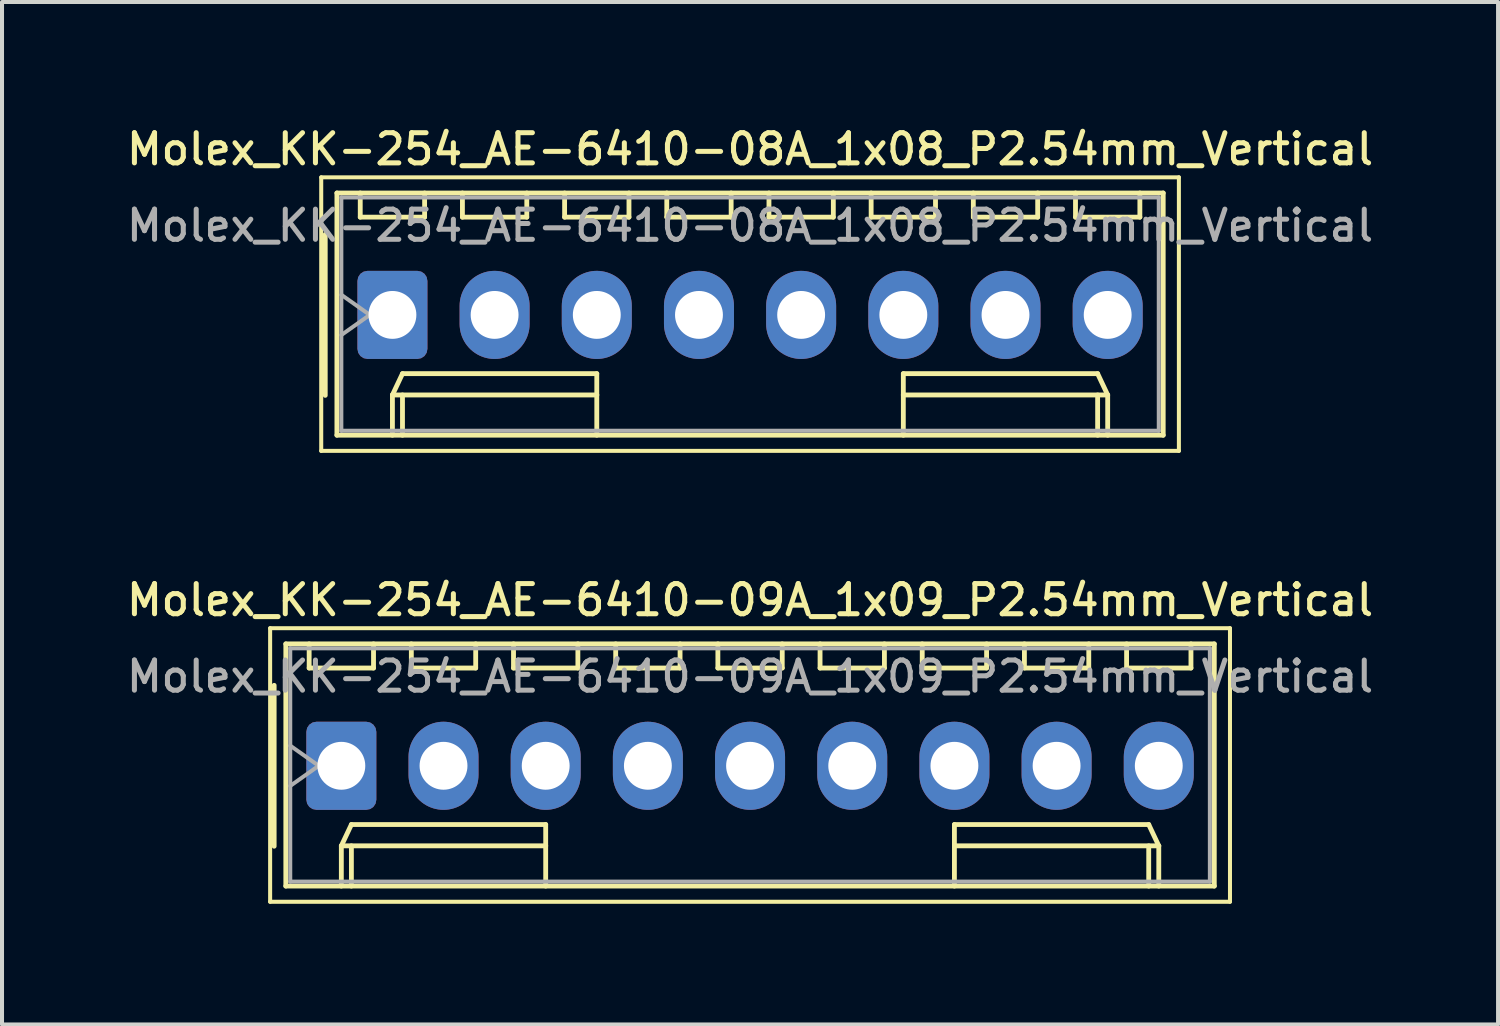
<source format=kicad_pcb>
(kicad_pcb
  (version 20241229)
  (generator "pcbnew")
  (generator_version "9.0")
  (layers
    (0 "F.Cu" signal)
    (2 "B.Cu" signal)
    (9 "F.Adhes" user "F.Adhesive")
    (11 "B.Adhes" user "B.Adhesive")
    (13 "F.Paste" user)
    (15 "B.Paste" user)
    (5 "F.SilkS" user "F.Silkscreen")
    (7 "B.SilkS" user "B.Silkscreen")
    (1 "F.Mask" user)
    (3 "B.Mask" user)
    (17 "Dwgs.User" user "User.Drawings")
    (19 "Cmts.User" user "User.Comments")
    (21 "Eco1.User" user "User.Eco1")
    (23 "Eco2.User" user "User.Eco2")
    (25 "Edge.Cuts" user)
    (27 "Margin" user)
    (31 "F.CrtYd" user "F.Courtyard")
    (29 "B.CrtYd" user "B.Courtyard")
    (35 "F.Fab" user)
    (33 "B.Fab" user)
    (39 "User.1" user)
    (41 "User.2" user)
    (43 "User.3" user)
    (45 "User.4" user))
  (footprint "Molex_KK-254_AE-6410-08A_1x08_P2.54mm_Vertical"
    (layer "F.Cu")
    (at 6.705 4.778)
    (property "Reference" "Molex_KK-254_AE-6410-08A_1x08_P2.54mm_Vertical" (at 8.89 -4.12 0) (layer "F.SilkS") (effects (font (size 0.75 0.75) (thickness 0.125))))
    (attr through_hole)
    (fp_line (start -1.77 -3.42) (end -1.77 3.38) (stroke (width 0.1) (type solid)) (layer "F.SilkS"))
    (fp_line (start -1.77 3.38) (end 19.55 3.38) (stroke (width 0.1) (type solid)) (layer "F.SilkS"))
    (fp_line (start -1.67 -2) (end -1.67 2) (stroke (width 0.12) (type solid)) (layer "F.SilkS"))
    (fp_line (start -1.38 -3.03) (end -1.38 2.99) (stroke (width 0.12) (type solid)) (layer "F.SilkS"))
    (fp_line (start -1.38 2.99) (end 19.16 2.99) (stroke (width 0.12) (type solid)) (layer "F.SilkS"))
    (fp_line (start -0.8 -3.03) (end -0.8 -2.43) (stroke (width 0.12) (type solid)) (layer "F.SilkS"))
    (fp_line (start -0.8 -2.43) (end 0.8 -2.43) (stroke (width 0.12) (type solid)) (layer "F.SilkS"))
    (fp_line (start 0 1.99) (end 0.25 1.46) (stroke (width 0.12) (type solid)) (layer "F.SilkS"))
    (fp_line (start 0 1.99) (end 5.08 1.99) (stroke (width 0.12) (type solid)) (layer "F.SilkS"))
    (fp_line (start 0 2.99) (end 0 1.99) (stroke (width 0.12) (type solid)) (layer "F.SilkS"))
    (fp_line (start 0.25 1.46) (end 5.08 1.46) (stroke (width 0.12) (type solid)) (layer "F.SilkS"))
    (fp_line (start 0.25 2.99) (end 0.25 1.99) (stroke (width 0.12) (type solid)) (layer "F.SilkS"))
    (fp_line (start 0.8 -2.43) (end 0.8 -3.03) (stroke (width 0.12) (type solid)) (layer "F.SilkS"))
    (fp_line (start 1.74 -3.03) (end 1.74 -2.43) (stroke (width 0.12) (type solid)) (layer "F.SilkS"))
    (fp_line (start 1.74 -2.43) (end 3.34 -2.43) (stroke (width 0.12) (type solid)) (layer "F.SilkS"))
    (fp_line (start 3.34 -2.43) (end 3.34 -3.03) (stroke (width 0.12) (type solid)) (layer "F.SilkS"))
    (fp_line (start 4.28 -3.03) (end 4.28 -2.43) (stroke (width 0.12) (type solid)) (layer "F.SilkS"))
    (fp_line (start 4.28 -2.43) (end 5.88 -2.43) (stroke (width 0.12) (type solid)) (layer "F.SilkS"))
    (fp_line (start 5.08 1.46) (end 5.08 1.99) (stroke (width 0.12) (type solid)) (layer "F.SilkS"))
    (fp_line (start 5.08 1.99) (end 5.08 2.99) (stroke (width 0.12) (type solid)) (layer "F.SilkS"))
    (fp_line (start 5.88 -2.43) (end 5.88 -3.03) (stroke (width 0.12) (type solid)) (layer "F.SilkS"))
    (fp_line (start 6.82 -3.03) (end 6.82 -2.43) (stroke (width 0.12) (type solid)) (layer "F.SilkS"))
    (fp_line (start 6.82 -2.43) (end 8.42 -2.43) (stroke (width 0.12) (type solid)) (layer "F.SilkS"))
    (fp_line (start 8.42 -2.43) (end 8.42 -3.03) (stroke (width 0.12) (type solid)) (layer "F.SilkS"))
    (fp_line (start 9.36 -3.03) (end 9.36 -2.43) (stroke (width 0.12) (type solid)) (layer "F.SilkS"))
    (fp_line (start 9.36 -2.43) (end 10.96 -2.43) (stroke (width 0.12) (type solid)) (layer "F.SilkS"))
    (fp_line (start 10.96 -2.43) (end 10.96 -3.03) (stroke (width 0.12) (type solid)) (layer "F.SilkS"))
    (fp_line (start 11.9 -3.03) (end 11.9 -2.43) (stroke (width 0.12) (type solid)) (layer "F.SilkS"))
    (fp_line (start 11.9 -2.43) (end 13.5 -2.43) (stroke (width 0.12) (type solid)) (layer "F.SilkS"))
    (fp_line (start 12.7 1.46) (end 12.7 1.99) (stroke (width 0.12) (type solid)) (layer "F.SilkS"))
    (fp_line (start 12.7 1.99) (end 12.7 2.99) (stroke (width 0.12) (type solid)) (layer "F.SilkS"))
    (fp_line (start 13.5 -2.43) (end 13.5 -3.03) (stroke (width 0.12) (type solid)) (layer "F.SilkS"))
    (fp_line (start 14.44 -3.03) (end 14.44 -2.43) (stroke (width 0.12) (type solid)) (layer "F.SilkS"))
    (fp_line (start 14.44 -2.43) (end 16.04 -2.43) (stroke (width 0.12) (type solid)) (layer "F.SilkS"))
    (fp_line (start 16.04 -2.43) (end 16.04 -3.03) (stroke (width 0.12) (type solid)) (layer "F.SilkS"))
    (fp_line (start 16.98 -3.03) (end 16.98 -2.43) (stroke (width 0.12) (type solid)) (layer "F.SilkS"))
    (fp_line (start 16.98 -2.43) (end 18.58 -2.43) (stroke (width 0.12) (type solid)) (layer "F.SilkS"))
    (fp_line (start 17.53 1.46) (end 12.7 1.46) (stroke (width 0.12) (type solid)) (layer "F.SilkS"))
    (fp_line (start 17.53 2.99) (end 17.53 1.99) (stroke (width 0.12) (type solid)) (layer "F.SilkS"))
    (fp_line (start 17.78 1.99) (end 12.7 1.99) (stroke (width 0.12) (type solid)) (layer "F.SilkS"))
    (fp_line (start 17.78 1.99) (end 17.53 1.46) (stroke (width 0.12) (type solid)) (layer "F.SilkS"))
    (fp_line (start 17.78 2.99) (end 17.78 1.99) (stroke (width 0.12) (type solid)) (layer "F.SilkS"))
    (fp_line (start 18.58 -2.43) (end 18.58 -3.03) (stroke (width 0.12) (type solid)) (layer "F.SilkS"))
    (fp_line (start 19.16 -3.03) (end -1.38 -3.03) (stroke (width 0.12) (type solid)) (layer "F.SilkS"))
    (fp_line (start 19.16 2.99) (end 19.16 -3.03) (stroke (width 0.12) (type solid)) (layer "F.SilkS"))
    (fp_line (start 19.55 -3.42) (end -1.77 -3.42) (stroke (width 0.1) (type solid)) (layer "F.SilkS"))
    (fp_line (start 19.55 3.38) (end 19.55 -3.42) (stroke (width 0.1) (type solid)) (layer "F.SilkS"))
    (fp_line (start -1.27 -2.92) (end -1.27 2.88) (stroke (width 0.1) (type solid)) (layer "F.Fab"))
    (fp_line (start -1.27 -0.5) (end -0.563 0) (stroke (width 0.1) (type solid)) (layer "F.Fab"))
    (fp_line (start -1.27 2.88) (end 19.05 2.88) (stroke (width 0.1) (type solid)) (layer "F.Fab"))
    (fp_line (start -0.563 0) (end -1.27 0.5) (stroke (width 0.1) (type solid)) (layer "F.Fab"))
    (fp_line (start 19.05 -2.92) (end -1.27 -2.92) (stroke (width 0.1) (type solid)) (layer "F.Fab"))
    (fp_line (start 19.05 2.88) (end 19.05 -2.92) (stroke (width 0.1) (type solid)) (layer "F.Fab"))
    (fp_text user "${REFERENCE}" (at 8.89 -2.22 0) (layer "F.Fab") (effects (font (size 0.75 0.75) (thickness 0.125))))
    (pad "1" thru_hole roundrect (at 0 0) (size 1.74 2.19) (drill 1.19) (layers "*.Cu" "*.Mask") (roundrect_rratio 0.144))
    (pad "2" thru_hole oval (at 2.54 0) (size 1.74 2.19) (drill 1.19) (layers "*.Cu" "*.Mask"))
    (pad "3" thru_hole oval (at 5.08 0) (size 1.74 2.19) (drill 1.19) (layers "*.Cu" "*.Mask"))
    (pad "4" thru_hole oval (at 7.62 0) (size 1.74 2.19) (drill 1.19) (layers "*.Cu" "*.Mask"))
    (pad "5" thru_hole oval (at 10.16 0) (size 1.74 2.19) (drill 1.19) (layers "*.Cu" "*.Mask"))
    (pad "6" thru_hole oval (at 12.7 0) (size 1.74 2.19) (drill 1.19) (layers "*.Cu" "*.Mask"))
    (pad "7" thru_hole oval (at 15.24 0) (size 1.74 2.19) (drill 1.19) (layers "*.Cu" "*.Mask"))
    (pad "8" thru_hole oval (at 17.78 0) (size 1.74 2.19) (drill 1.19) (layers "*.Cu" "*.Mask")))
  (footprint "Molex_KK-254_AE-6410-09A_1x09_P2.54mm_Vertical"
    (layer "F.Cu")
    (at 5.435 15.986)
    (property "Reference" "Molex_KK-254_AE-6410-09A_1x09_P2.54mm_Vertical" (at 10.16 -4.12 0) (layer "F.SilkS") (effects (font (size 0.75 0.75) (thickness 0.125))))
    (attr through_hole)
    (fp_line (start -1.77 -3.42) (end -1.77 3.38) (stroke (width 0.1) (type solid)) (layer "F.SilkS"))
    (fp_line (start -1.77 3.38) (end 22.09 3.38) (stroke (width 0.1) (type solid)) (layer "F.SilkS"))
    (fp_line (start -1.67 -2) (end -1.67 2) (stroke (width 0.12) (type solid)) (layer "F.SilkS"))
    (fp_line (start -1.38 -3.03) (end -1.38 2.99) (stroke (width 0.12) (type solid)) (layer "F.SilkS"))
    (fp_line (start -1.38 2.99) (end 21.7 2.99) (stroke (width 0.12) (type solid)) (layer "F.SilkS"))
    (fp_line (start -0.8 -3.03) (end -0.8 -2.43) (stroke (width 0.12) (type solid)) (layer "F.SilkS"))
    (fp_line (start -0.8 -2.43) (end 0.8 -2.43) (stroke (width 0.12) (type solid)) (layer "F.SilkS"))
    (fp_line (start 0 1.99) (end 0.25 1.46) (stroke (width 0.12) (type solid)) (layer "F.SilkS"))
    (fp_line (start 0 1.99) (end 5.08 1.99) (stroke (width 0.12) (type solid)) (layer "F.SilkS"))
    (fp_line (start 0 2.99) (end 0 1.99) (stroke (width 0.12) (type solid)) (layer "F.SilkS"))
    (fp_line (start 0.25 1.46) (end 5.08 1.46) (stroke (width 0.12) (type solid)) (layer "F.SilkS"))
    (fp_line (start 0.25 2.99) (end 0.25 1.99) (stroke (width 0.12) (type solid)) (layer "F.SilkS"))
    (fp_line (start 0.8 -2.43) (end 0.8 -3.03) (stroke (width 0.12) (type solid)) (layer "F.SilkS"))
    (fp_line (start 1.74 -3.03) (end 1.74 -2.43) (stroke (width 0.12) (type solid)) (layer "F.SilkS"))
    (fp_line (start 1.74 -2.43) (end 3.34 -2.43) (stroke (width 0.12) (type solid)) (layer "F.SilkS"))
    (fp_line (start 3.34 -2.43) (end 3.34 -3.03) (stroke (width 0.12) (type solid)) (layer "F.SilkS"))
    (fp_line (start 4.28 -3.03) (end 4.28 -2.43) (stroke (width 0.12) (type solid)) (layer "F.SilkS"))
    (fp_line (start 4.28 -2.43) (end 5.88 -2.43) (stroke (width 0.12) (type solid)) (layer "F.SilkS"))
    (fp_line (start 5.08 1.46) (end 5.08 1.99) (stroke (width 0.12) (type solid)) (layer "F.SilkS"))
    (fp_line (start 5.08 1.99) (end 5.08 2.99) (stroke (width 0.12) (type solid)) (layer "F.SilkS"))
    (fp_line (start 5.88 -2.43) (end 5.88 -3.03) (stroke (width 0.12) (type solid)) (layer "F.SilkS"))
    (fp_line (start 6.82 -3.03) (end 6.82 -2.43) (stroke (width 0.12) (type solid)) (layer "F.SilkS"))
    (fp_line (start 6.82 -2.43) (end 8.42 -2.43) (stroke (width 0.12) (type solid)) (layer "F.SilkS"))
    (fp_line (start 8.42 -2.43) (end 8.42 -3.03) (stroke (width 0.12) (type solid)) (layer "F.SilkS"))
    (fp_line (start 9.36 -3.03) (end 9.36 -2.43) (stroke (width 0.12) (type solid)) (layer "F.SilkS"))
    (fp_line (start 9.36 -2.43) (end 10.96 -2.43) (stroke (width 0.12) (type solid)) (layer "F.SilkS"))
    (fp_line (start 10.96 -2.43) (end 10.96 -3.03) (stroke (width 0.12) (type solid)) (layer "F.SilkS"))
    (fp_line (start 11.9 -3.03) (end 11.9 -2.43) (stroke (width 0.12) (type solid)) (layer "F.SilkS"))
    (fp_line (start 11.9 -2.43) (end 13.5 -2.43) (stroke (width 0.12) (type solid)) (layer "F.SilkS"))
    (fp_line (start 13.5 -2.43) (end 13.5 -3.03) (stroke (width 0.12) (type solid)) (layer "F.SilkS"))
    (fp_line (start 14.44 -3.03) (end 14.44 -2.43) (stroke (width 0.12) (type solid)) (layer "F.SilkS"))
    (fp_line (start 14.44 -2.43) (end 16.04 -2.43) (stroke (width 0.12) (type solid)) (layer "F.SilkS"))
    (fp_line (start 15.24 1.46) (end 15.24 1.99) (stroke (width 0.12) (type solid)) (layer "F.SilkS"))
    (fp_line (start 15.24 1.99) (end 15.24 2.99) (stroke (width 0.12) (type solid)) (layer "F.SilkS"))
    (fp_line (start 16.04 -2.43) (end 16.04 -3.03) (stroke (width 0.12) (type solid)) (layer "F.SilkS"))
    (fp_line (start 16.98 -3.03) (end 16.98 -2.43) (stroke (width 0.12) (type solid)) (layer "F.SilkS"))
    (fp_line (start 16.98 -2.43) (end 18.58 -2.43) (stroke (width 0.12) (type solid)) (layer "F.SilkS"))
    (fp_line (start 18.58 -2.43) (end 18.58 -3.03) (stroke (width 0.12) (type solid)) (layer "F.SilkS"))
    (fp_line (start 19.52 -3.03) (end 19.52 -2.43) (stroke (width 0.12) (type solid)) (layer "F.SilkS"))
    (fp_line (start 19.52 -2.43) (end 21.12 -2.43) (stroke (width 0.12) (type solid)) (layer "F.SilkS"))
    (fp_line (start 20.07 1.46) (end 15.24 1.46) (stroke (width 0.12) (type solid)) (layer "F.SilkS"))
    (fp_line (start 20.07 2.99) (end 20.07 1.99) (stroke (width 0.12) (type solid)) (layer "F.SilkS"))
    (fp_line (start 20.32 1.99) (end 15.24 1.99) (stroke (width 0.12) (type solid)) (layer "F.SilkS"))
    (fp_line (start 20.32 1.99) (end 20.07 1.46) (stroke (width 0.12) (type solid)) (layer "F.SilkS"))
    (fp_line (start 20.32 2.99) (end 20.32 1.99) (stroke (width 0.12) (type solid)) (layer "F.SilkS"))
    (fp_line (start 21.12 -2.43) (end 21.12 -3.03) (stroke (width 0.12) (type solid)) (layer "F.SilkS"))
    (fp_line (start 21.7 -3.03) (end -1.38 -3.03) (stroke (width 0.12) (type solid)) (layer "F.SilkS"))
    (fp_line (start 21.7 2.99) (end 21.7 -3.03) (stroke (width 0.12) (type solid)) (layer "F.SilkS"))
    (fp_line (start 22.09 -3.42) (end -1.77 -3.42) (stroke (width 0.1) (type solid)) (layer "F.SilkS"))
    (fp_line (start 22.09 3.38) (end 22.09 -3.42) (stroke (width 0.1) (type solid)) (layer "F.SilkS"))
    (fp_line (start -1.27 -2.92) (end -1.27 2.88) (stroke (width 0.1) (type solid)) (layer "F.Fab"))
    (fp_line (start -1.27 -0.5) (end -0.563 0) (stroke (width 0.1) (type solid)) (layer "F.Fab"))
    (fp_line (start -1.27 2.88) (end 21.59 2.88) (stroke (width 0.1) (type solid)) (layer "F.Fab"))
    (fp_line (start -0.563 0) (end -1.27 0.5) (stroke (width 0.1) (type solid)) (layer "F.Fab"))
    (fp_line (start 21.59 -2.92) (end -1.27 -2.92) (stroke (width 0.1) (type solid)) (layer "F.Fab"))
    (fp_line (start 21.59 2.88) (end 21.59 -2.92) (stroke (width 0.1) (type solid)) (layer "F.Fab"))
    (fp_text user "${REFERENCE}" (at 10.16 -2.22 0) (layer "F.Fab") (effects (font (size 0.75 0.75) (thickness 0.125))))
    (pad "1" thru_hole roundrect (at 0 0) (size 1.74 2.19) (drill 1.19) (layers "*.Cu" "*.Mask") (roundrect_rratio 0.144))
    (pad "2" thru_hole oval (at 2.54 0) (size 1.74 2.19) (drill 1.19) (layers "*.Cu" "*.Mask"))
    (pad "3" thru_hole oval (at 5.08 0) (size 1.74 2.19) (drill 1.19) (layers "*.Cu" "*.Mask"))
    (pad "4" thru_hole oval (at 7.62 0) (size 1.74 2.19) (drill 1.19) (layers "*.Cu" "*.Mask"))
    (pad "5" thru_hole oval (at 10.16 0) (size 1.74 2.19) (drill 1.19) (layers "*.Cu" "*.Mask"))
    (pad "6" thru_hole oval (at 12.7 0) (size 1.74 2.19) (drill 1.19) (layers "*.Cu" "*.Mask"))
    (pad "7" thru_hole oval (at 15.24 0) (size 1.74 2.19) (drill 1.19) (layers "*.Cu" "*.Mask"))
    (pad "8" thru_hole oval (at 17.78 0) (size 1.74 2.19) (drill 1.19) (layers "*.Cu" "*.Mask"))
    (pad "9" thru_hole oval (at 20.32 0) (size 1.74 2.19) (drill 1.19) (layers "*.Cu" "*.Mask")))
  (gr_rect
    (start -3 -3)
    (end 34.189 22.416)
    (stroke (width 0.1) (type default))
    (fill no)
    (layer "Edge.Cuts")))
</source>
